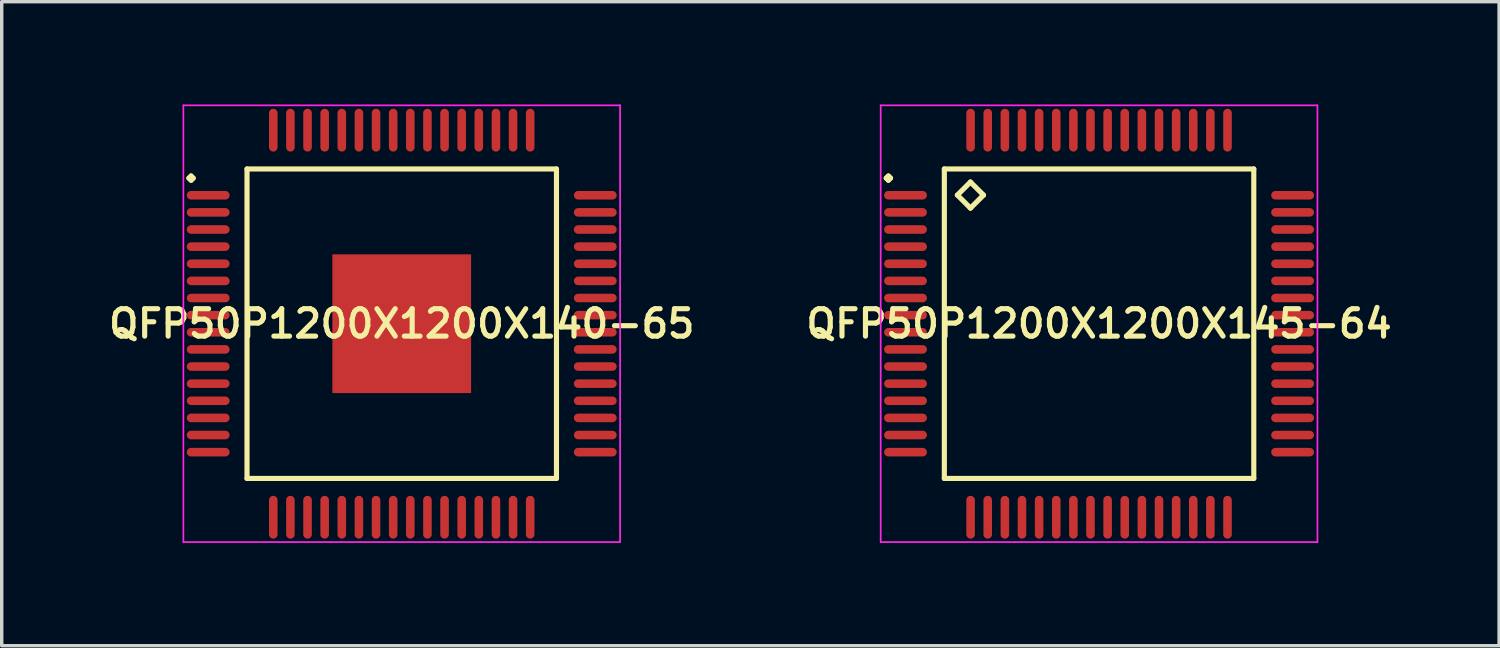
<source format=kicad_pcb>
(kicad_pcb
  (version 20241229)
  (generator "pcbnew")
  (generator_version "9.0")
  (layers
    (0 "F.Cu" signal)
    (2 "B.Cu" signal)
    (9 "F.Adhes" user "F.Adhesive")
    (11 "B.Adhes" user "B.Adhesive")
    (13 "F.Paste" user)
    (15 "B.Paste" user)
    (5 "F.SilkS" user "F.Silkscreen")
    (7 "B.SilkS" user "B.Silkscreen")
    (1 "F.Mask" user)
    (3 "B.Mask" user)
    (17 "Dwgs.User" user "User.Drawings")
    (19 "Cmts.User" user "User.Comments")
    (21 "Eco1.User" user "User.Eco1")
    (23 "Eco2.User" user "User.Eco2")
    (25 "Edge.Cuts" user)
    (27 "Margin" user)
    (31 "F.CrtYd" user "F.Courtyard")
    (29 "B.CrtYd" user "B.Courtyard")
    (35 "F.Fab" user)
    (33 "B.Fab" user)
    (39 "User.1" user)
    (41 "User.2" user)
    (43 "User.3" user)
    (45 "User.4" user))
  (footprint "QFP50P1200X1200X145-64"
    (layer "F.Cu")
    (at 29.035 6.4)
    (property "Reference" "QFP50P1200X1200X145-64" (at 0 0 0) (layer "F.SilkS") (effects (font (size 0.8 0.8) (thickness 0.15))))
    (attr smd)
    (fp_line (start -6.213 -4.25) (end -6.15 -4.312) (stroke (width 0.15) (type solid)) (layer "F.SilkS"))
    (fp_line (start -6.15 -4.312) (end -6.088 -4.25) (stroke (width 0.15) (type solid)) (layer "F.SilkS"))
    (fp_line (start -6.15 -4.188) (end -6.213 -4.25) (stroke (width 0.15) (type solid)) (layer "F.SilkS"))
    (fp_line (start -6.088 -4.25) (end -6.15 -4.188) (stroke (width 0.15) (type solid)) (layer "F.SilkS"))
    (fp_line (start -4.517 -4.517) (end -4.517 4.517) (stroke (width 0.15) (type solid)) (layer "F.SilkS"))
    (fp_line (start -4.517 4.517) (end 4.517 4.517) (stroke (width 0.15) (type solid)) (layer "F.SilkS"))
    (fp_line (start -4.136 -3.755) (end -3.755 -4.136) (stroke (width 0.15) (type solid)) (layer "F.SilkS"))
    (fp_line (start -3.755 -4.136) (end -3.374 -3.755) (stroke (width 0.15) (type solid)) (layer "F.SilkS"))
    (fp_line (start -3.755 -3.374) (end -4.136 -3.755) (stroke (width 0.15) (type solid)) (layer "F.SilkS"))
    (fp_line (start -3.374 -3.755) (end -3.755 -3.374) (stroke (width 0.15) (type solid)) (layer "F.SilkS"))
    (fp_line (start 4.517 -4.517) (end -4.517 -4.517) (stroke (width 0.15) (type solid)) (layer "F.SilkS"))
    (fp_line (start 4.517 4.517) (end 4.517 -4.517) (stroke (width 0.15) (type solid)) (layer "F.SilkS"))
    (fp_line (start -6.375 -6.375) (end 6.375 -6.375) (stroke (width 0.05) (type solid)) (layer "F.CrtYd"))
    (fp_line (start -6.375 6.375) (end -6.375 -6.375) (stroke (width 0.05) (type solid)) (layer "F.CrtYd"))
    (fp_line (start 6.375 -6.375) (end 6.375 6.375) (stroke (width 0.05) (type solid)) (layer "F.CrtYd"))
    (fp_line (start 6.375 6.375) (end -6.375 6.375) (stroke (width 0.05) (type solid)) (layer "F.CrtYd"))
    (pad "1" smd oval (at -5.65 -3.75) (size 1.25 0.25) (layers "F.Cu" "F.Mask" "F.Paste"))
    (pad "2" smd oval (at -5.65 -3.25) (size 1.25 0.25) (layers "F.Cu" "F.Mask" "F.Paste"))
    (pad "3" smd oval (at -5.65 -2.75) (size 1.25 0.25) (layers "F.Cu" "F.Mask" "F.Paste"))
    (pad "4" smd oval (at -5.65 -2.25) (size 1.25 0.25) (layers "F.Cu" "F.Mask" "F.Paste"))
    (pad "5" smd oval (at -5.65 -1.75) (size 1.25 0.25) (layers "F.Cu" "F.Mask" "F.Paste"))
    (pad "6" smd oval (at -5.65 -1.25) (size 1.25 0.25) (layers "F.Cu" "F.Mask" "F.Paste"))
    (pad "7" smd oval (at -5.65 -0.75) (size 1.25 0.25) (layers "F.Cu" "F.Mask" "F.Paste"))
    (pad "8" smd oval (at -5.65 -0.25) (size 1.25 0.25) (layers "F.Cu" "F.Mask" "F.Paste"))
    (pad "9" smd oval (at -5.65 0.25) (size 1.25 0.25) (layers "F.Cu" "F.Mask" "F.Paste"))
    (pad "10" smd oval (at -5.65 0.75) (size 1.25 0.25) (layers "F.Cu" "F.Mask" "F.Paste"))
    (pad "11" smd oval (at -5.65 1.25) (size 1.25 0.25) (layers "F.Cu" "F.Mask" "F.Paste"))
    (pad "12" smd oval (at -5.65 1.75) (size 1.25 0.25) (layers "F.Cu" "F.Mask" "F.Paste"))
    (pad "13" smd oval (at -5.65 2.25) (size 1.25 0.25) (layers "F.Cu" "F.Mask" "F.Paste"))
    (pad "14" smd oval (at -5.65 2.75) (size 1.25 0.25) (layers "F.Cu" "F.Mask" "F.Paste"))
    (pad "15" smd oval (at -5.65 3.25) (size 1.25 0.25) (layers "F.Cu" "F.Mask" "F.Paste"))
    (pad "16" smd oval (at -5.65 3.75) (size 1.25 0.25) (layers "F.Cu" "F.Mask" "F.Paste"))
    (pad "17" smd oval (at -3.75 5.65) (size 0.25 1.25) (layers "F.Cu" "F.Mask" "F.Paste"))
    (pad "18" smd oval (at -3.25 5.65) (size 0.25 1.25) (layers "F.Cu" "F.Mask" "F.Paste"))
    (pad "19" smd oval (at -2.75 5.65) (size 0.25 1.25) (layers "F.Cu" "F.Mask" "F.Paste"))
    (pad "20" smd oval (at -2.25 5.65) (size 0.25 1.25) (layers "F.Cu" "F.Mask" "F.Paste"))
    (pad "21" smd oval (at -1.75 5.65) (size 0.25 1.25) (layers "F.Cu" "F.Mask" "F.Paste"))
    (pad "22" smd oval (at -1.25 5.65) (size 0.25 1.25) (layers "F.Cu" "F.Mask" "F.Paste"))
    (pad "23" smd oval (at -0.75 5.65) (size 0.25 1.25) (layers "F.Cu" "F.Mask" "F.Paste"))
    (pad "24" smd oval (at -0.25 5.65) (size 0.25 1.25) (layers "F.Cu" "F.Mask" "F.Paste"))
    (pad "25" smd oval (at 0.25 5.65) (size 0.25 1.25) (layers "F.Cu" "F.Mask" "F.Paste"))
    (pad "26" smd oval (at 0.75 5.65) (size 0.25 1.25) (layers "F.Cu" "F.Mask" "F.Paste"))
    (pad "27" smd oval (at 1.25 5.65) (size 0.25 1.25) (layers "F.Cu" "F.Mask" "F.Paste"))
    (pad "28" smd oval (at 1.75 5.65) (size 0.25 1.25) (layers "F.Cu" "F.Mask" "F.Paste"))
    (pad "29" smd oval (at 2.25 5.65) (size 0.25 1.25) (layers "F.Cu" "F.Mask" "F.Paste"))
    (pad "30" smd oval (at 2.75 5.65) (size 0.25 1.25) (layers "F.Cu" "F.Mask" "F.Paste"))
    (pad "31" smd oval (at 3.25 5.65) (size 0.25 1.25) (layers "F.Cu" "F.Mask" "F.Paste"))
    (pad "32" smd oval (at 3.75 5.65) (size 0.25 1.25) (layers "F.Cu" "F.Mask" "F.Paste"))
    (pad "33" smd oval (at 5.65 3.75) (size 1.25 0.25) (layers "F.Cu" "F.Mask" "F.Paste"))
    (pad "34" smd oval (at 5.65 3.25) (size 1.25 0.25) (layers "F.Cu" "F.Mask" "F.Paste"))
    (pad "35" smd oval (at 5.65 2.75) (size 1.25 0.25) (layers "F.Cu" "F.Mask" "F.Paste"))
    (pad "36" smd oval (at 5.65 2.25) (size 1.25 0.25) (layers "F.Cu" "F.Mask" "F.Paste"))
    (pad "37" smd oval (at 5.65 1.75) (size 1.25 0.25) (layers "F.Cu" "F.Mask" "F.Paste"))
    (pad "38" smd oval (at 5.65 1.25) (size 1.25 0.25) (layers "F.Cu" "F.Mask" "F.Paste"))
    (pad "39" smd oval (at 5.65 0.75) (size 1.25 0.25) (layers "F.Cu" "F.Mask" "F.Paste"))
    (pad "40" smd oval (at 5.65 0.25) (size 1.25 0.25) (layers "F.Cu" "F.Mask" "F.Paste"))
    (pad "41" smd oval (at 5.65 -0.25) (size 1.25 0.25) (layers "F.Cu" "F.Mask" "F.Paste"))
    (pad "42" smd oval (at 5.65 -0.75) (size 1.25 0.25) (layers "F.Cu" "F.Mask" "F.Paste"))
    (pad "43" smd oval (at 5.65 -1.25) (size 1.25 0.25) (layers "F.Cu" "F.Mask" "F.Paste"))
    (pad "44" smd oval (at 5.65 -1.75) (size 1.25 0.25) (layers "F.Cu" "F.Mask" "F.Paste"))
    (pad "45" smd oval (at 5.65 -2.25) (size 1.25 0.25) (layers "F.Cu" "F.Mask" "F.Paste"))
    (pad "46" smd oval (at 5.65 -2.75) (size 1.25 0.25) (layers "F.Cu" "F.Mask" "F.Paste"))
    (pad "47" smd oval (at 5.65 -3.25) (size 1.25 0.25) (layers "F.Cu" "F.Mask" "F.Paste"))
    (pad "48" smd oval (at 5.65 -3.75) (size 1.25 0.25) (layers "F.Cu" "F.Mask" "F.Paste"))
    (pad "49" smd oval (at 3.75 -5.65) (size 0.25 1.25) (layers "F.Cu" "F.Mask" "F.Paste"))
    (pad "50" smd oval (at 3.25 -5.65) (size 0.25 1.25) (layers "F.Cu" "F.Mask" "F.Paste"))
    (pad "51" smd oval (at 2.75 -5.65) (size 0.25 1.25) (layers "F.Cu" "F.Mask" "F.Paste"))
    (pad "52" smd oval (at 2.25 -5.65) (size 0.25 1.25) (layers "F.Cu" "F.Mask" "F.Paste"))
    (pad "53" smd oval (at 1.75 -5.65) (size 0.25 1.25) (layers "F.Cu" "F.Mask" "F.Paste"))
    (pad "54" smd oval (at 1.25 -5.65) (size 0.25 1.25) (layers "F.Cu" "F.Mask" "F.Paste"))
    (pad "55" smd oval (at 0.75 -5.65) (size 0.25 1.25) (layers "F.Cu" "F.Mask" "F.Paste"))
    (pad "56" smd oval (at 0.25 -5.65) (size 0.25 1.25) (layers "F.Cu" "F.Mask" "F.Paste"))
    (pad "57" smd oval (at -0.25 -5.65) (size 0.25 1.25) (layers "F.Cu" "F.Mask" "F.Paste"))
    (pad "58" smd oval (at -0.75 -5.65) (size 0.25 1.25) (layers "F.Cu" "F.Mask" "F.Paste"))
    (pad "59" smd oval (at -1.25 -5.65) (size 0.25 1.25) (layers "F.Cu" "F.Mask" "F.Paste"))
    (pad "60" smd oval (at -1.75 -5.65) (size 0.25 1.25) (layers "F.Cu" "F.Mask" "F.Paste"))
    (pad "61" smd oval (at -2.25 -5.65) (size 0.25 1.25) (layers "F.Cu" "F.Mask" "F.Paste"))
    (pad "62" smd oval (at -2.75 -5.65) (size 0.25 1.25) (layers "F.Cu" "F.Mask" "F.Paste"))
    (pad "63" smd oval (at -3.25 -5.65) (size 0.25 1.25) (layers "F.Cu" "F.Mask" "F.Paste"))
    (pad "64" smd oval (at -3.75 -5.65) (size 0.25 1.25) (layers "F.Cu" "F.Mask" "F.Paste")))
  (footprint "QFP50P1200X1200X140-65"
    (layer "F.Cu")
    (at 8.678 6.4)
    (property "Reference" "QFP50P1200X1200X140-65" (at 0 0 0) (layer "F.SilkS") (effects (font (size 0.8 0.8) (thickness 0.15))))
    (attr smd)
    (fp_line (start -6.213 -4.25) (end -6.15 -4.312) (stroke (width 0.15) (type solid)) (layer "F.SilkS"))
    (fp_line (start -6.15 -4.312) (end -6.088 -4.25) (stroke (width 0.15) (type solid)) (layer "F.SilkS"))
    (fp_line (start -6.15 -4.188) (end -6.213 -4.25) (stroke (width 0.15) (type solid)) (layer "F.SilkS"))
    (fp_line (start -6.088 -4.25) (end -6.15 -4.188) (stroke (width 0.15) (type solid)) (layer "F.SilkS"))
    (fp_line (start -4.517 -4.517) (end -4.517 4.517) (stroke (width 0.15) (type solid)) (layer "F.SilkS"))
    (fp_line (start -4.517 4.517) (end 4.517 4.517) (stroke (width 0.15) (type solid)) (layer "F.SilkS"))
    (fp_line (start 4.517 -4.517) (end -4.517 -4.517) (stroke (width 0.15) (type solid)) (layer "F.SilkS"))
    (fp_line (start 4.517 4.517) (end 4.517 -4.517) (stroke (width 0.15) (type solid)) (layer "F.SilkS"))
    (fp_line (start -6.375 -6.375) (end 6.375 -6.375) (stroke (width 0.05) (type solid)) (layer "F.CrtYd"))
    (fp_line (start -6.375 6.375) (end -6.375 -6.375) (stroke (width 0.05) (type solid)) (layer "F.CrtYd"))
    (fp_line (start 6.375 -6.375) (end 6.375 6.375) (stroke (width 0.05) (type solid)) (layer "F.CrtYd"))
    (fp_line (start 6.375 6.375) (end -6.375 6.375) (stroke (width 0.05) (type solid)) (layer "F.CrtYd"))
    (pad "1" smd oval (at -5.65 -3.75) (size 1.25 0.25) (layers "F.Cu" "F.Mask" "F.Paste"))
    (pad "2" smd oval (at -5.65 -3.25) (size 1.25 0.25) (layers "F.Cu" "F.Mask" "F.Paste"))
    (pad "3" smd oval (at -5.65 -2.75) (size 1.25 0.25) (layers "F.Cu" "F.Mask" "F.Paste"))
    (pad "4" smd oval (at -5.65 -2.25) (size 1.25 0.25) (layers "F.Cu" "F.Mask" "F.Paste"))
    (pad "5" smd oval (at -5.65 -1.75) (size 1.25 0.25) (layers "F.Cu" "F.Mask" "F.Paste"))
    (pad "6" smd oval (at -5.65 -1.25) (size 1.25 0.25) (layers "F.Cu" "F.Mask" "F.Paste"))
    (pad "7" smd oval (at -5.65 -0.75) (size 1.25 0.25) (layers "F.Cu" "F.Mask" "F.Paste"))
    (pad "8" smd oval (at -5.65 -0.25) (size 1.25 0.25) (layers "F.Cu" "F.Mask" "F.Paste"))
    (pad "9" smd oval (at -5.65 0.25) (size 1.25 0.25) (layers "F.Cu" "F.Mask" "F.Paste"))
    (pad "10" smd oval (at -5.65 0.75) (size 1.25 0.25) (layers "F.Cu" "F.Mask" "F.Paste"))
    (pad "11" smd oval (at -5.65 1.25) (size 1.25 0.25) (layers "F.Cu" "F.Mask" "F.Paste"))
    (pad "12" smd oval (at -5.65 1.75) (size 1.25 0.25) (layers "F.Cu" "F.Mask" "F.Paste"))
    (pad "13" smd oval (at -5.65 2.25) (size 1.25 0.25) (layers "F.Cu" "F.Mask" "F.Paste"))
    (pad "14" smd oval (at -5.65 2.75) (size 1.25 0.25) (layers "F.Cu" "F.Mask" "F.Paste"))
    (pad "15" smd oval (at -5.65 3.25) (size 1.25 0.25) (layers "F.Cu" "F.Mask" "F.Paste"))
    (pad "16" smd oval (at -5.65 3.75) (size 1.25 0.25) (layers "F.Cu" "F.Mask" "F.Paste"))
    (pad "17" smd oval (at -3.75 5.65) (size 0.25 1.25) (layers "F.Cu" "F.Mask" "F.Paste"))
    (pad "18" smd oval (at -3.25 5.65) (size 0.25 1.25) (layers "F.Cu" "F.Mask" "F.Paste"))
    (pad "19" smd oval (at -2.75 5.65) (size 0.25 1.25) (layers "F.Cu" "F.Mask" "F.Paste"))
    (pad "20" smd oval (at -2.25 5.65) (size 0.25 1.25) (layers "F.Cu" "F.Mask" "F.Paste"))
    (pad "21" smd oval (at -1.75 5.65) (size 0.25 1.25) (layers "F.Cu" "F.Mask" "F.Paste"))
    (pad "22" smd oval (at -1.25 5.65) (size 0.25 1.25) (layers "F.Cu" "F.Mask" "F.Paste"))
    (pad "23" smd oval (at -0.75 5.65) (size 0.25 1.25) (layers "F.Cu" "F.Mask" "F.Paste"))
    (pad "24" smd oval (at -0.25 5.65) (size 0.25 1.25) (layers "F.Cu" "F.Mask" "F.Paste"))
    (pad "25" smd oval (at 0.25 5.65) (size 0.25 1.25) (layers "F.Cu" "F.Mask" "F.Paste"))
    (pad "26" smd oval (at 0.75 5.65) (size 0.25 1.25) (layers "F.Cu" "F.Mask" "F.Paste"))
    (pad "27" smd oval (at 1.25 5.65) (size 0.25 1.25) (layers "F.Cu" "F.Mask" "F.Paste"))
    (pad "28" smd oval (at 1.75 5.65) (size 0.25 1.25) (layers "F.Cu" "F.Mask" "F.Paste"))
    (pad "29" smd oval (at 2.25 5.65) (size 0.25 1.25) (layers "F.Cu" "F.Mask" "F.Paste"))
    (pad "30" smd oval (at 2.75 5.65) (size 0.25 1.25) (layers "F.Cu" "F.Mask" "F.Paste"))
    (pad "31" smd oval (at 3.25 5.65) (size 0.25 1.25) (layers "F.Cu" "F.Mask" "F.Paste"))
    (pad "32" smd oval (at 3.75 5.65) (size 0.25 1.25) (layers "F.Cu" "F.Mask" "F.Paste"))
    (pad "33" smd oval (at 5.65 3.75) (size 1.25 0.25) (layers "F.Cu" "F.Mask" "F.Paste"))
    (pad "34" smd oval (at 5.65 3.25) (size 1.25 0.25) (layers "F.Cu" "F.Mask" "F.Paste"))
    (pad "35" smd oval (at 5.65 2.75) (size 1.25 0.25) (layers "F.Cu" "F.Mask" "F.Paste"))
    (pad "36" smd oval (at 5.65 2.25) (size 1.25 0.25) (layers "F.Cu" "F.Mask" "F.Paste"))
    (pad "37" smd oval (at 5.65 1.75) (size 1.25 0.25) (layers "F.Cu" "F.Mask" "F.Paste"))
    (pad "38" smd oval (at 5.65 1.25) (size 1.25 0.25) (layers "F.Cu" "F.Mask" "F.Paste"))
    (pad "39" smd oval (at 5.65 0.75) (size 1.25 0.25) (layers "F.Cu" "F.Mask" "F.Paste"))
    (pad "40" smd oval (at 5.65 0.25) (size 1.25 0.25) (layers "F.Cu" "F.Mask" "F.Paste"))
    (pad "41" smd oval (at 5.65 -0.25) (size 1.25 0.25) (layers "F.Cu" "F.Mask" "F.Paste"))
    (pad "42" smd oval (at 5.65 -0.75) (size 1.25 0.25) (layers "F.Cu" "F.Mask" "F.Paste"))
    (pad "43" smd oval (at 5.65 -1.25) (size 1.25 0.25) (layers "F.Cu" "F.Mask" "F.Paste"))
    (pad "44" smd oval (at 5.65 -1.75) (size 1.25 0.25) (layers "F.Cu" "F.Mask" "F.Paste"))
    (pad "45" smd oval (at 5.65 -2.25) (size 1.25 0.25) (layers "F.Cu" "F.Mask" "F.Paste"))
    (pad "46" smd oval (at 5.65 -2.75) (size 1.25 0.25) (layers "F.Cu" "F.Mask" "F.Paste"))
    (pad "47" smd oval (at 5.65 -3.25) (size 1.25 0.25) (layers "F.Cu" "F.Mask" "F.Paste"))
    (pad "48" smd oval (at 5.65 -3.75) (size 1.25 0.25) (layers "F.Cu" "F.Mask" "F.Paste"))
    (pad "49" smd oval (at 3.75 -5.65) (size 0.25 1.25) (layers "F.Cu" "F.Mask" "F.Paste"))
    (pad "50" smd oval (at 3.25 -5.65) (size 0.25 1.25) (layers "F.Cu" "F.Mask" "F.Paste"))
    (pad "51" smd oval (at 2.75 -5.65) (size 0.25 1.25) (layers "F.Cu" "F.Mask" "F.Paste"))
    (pad "52" smd oval (at 2.25 -5.65) (size 0.25 1.25) (layers "F.Cu" "F.Mask" "F.Paste"))
    (pad "53" smd oval (at 1.75 -5.65) (size 0.25 1.25) (layers "F.Cu" "F.Mask" "F.Paste"))
    (pad "54" smd oval (at 1.25 -5.65) (size 0.25 1.25) (layers "F.Cu" "F.Mask" "F.Paste"))
    (pad "55" smd oval (at 0.75 -5.65) (size 0.25 1.25) (layers "F.Cu" "F.Mask" "F.Paste"))
    (pad "56" smd oval (at 0.25 -5.65) (size 0.25 1.25) (layers "F.Cu" "F.Mask" "F.Paste"))
    (pad "57" smd oval (at -0.25 -5.65) (size 0.25 1.25) (layers "F.Cu" "F.Mask" "F.Paste"))
    (pad "58" smd oval (at -0.75 -5.65) (size 0.25 1.25) (layers "F.Cu" "F.Mask" "F.Paste"))
    (pad "59" smd oval (at -1.25 -5.65) (size 0.25 1.25) (layers "F.Cu" "F.Mask" "F.Paste"))
    (pad "60" smd oval (at -1.75 -5.65) (size 0.25 1.25) (layers "F.Cu" "F.Mask" "F.Paste"))
    (pad "61" smd oval (at -2.25 -5.65) (size 0.25 1.25) (layers "F.Cu" "F.Mask" "F.Paste"))
    (pad "62" smd oval (at -2.75 -5.65) (size 0.25 1.25) (layers "F.Cu" "F.Mask" "F.Paste"))
    (pad "63" smd oval (at -3.25 -5.65) (size 0.25 1.25) (layers "F.Cu" "F.Mask" "F.Paste"))
    (pad "64" smd oval (at -3.75 -5.65) (size 0.25 1.25) (layers "F.Cu" "F.Mask" "F.Paste"))
    (pad "65" smd rect (at 0 0) (size 4.05 4.05) (layers "F.Cu" "F.Mask" "F.Paste")))
  (gr_rect
    (start -3 -3)
    (end 40.713 15.8)
    (stroke (width 0.1) (type default))
    (fill no)
    (layer "Edge.Cuts")))
</source>
